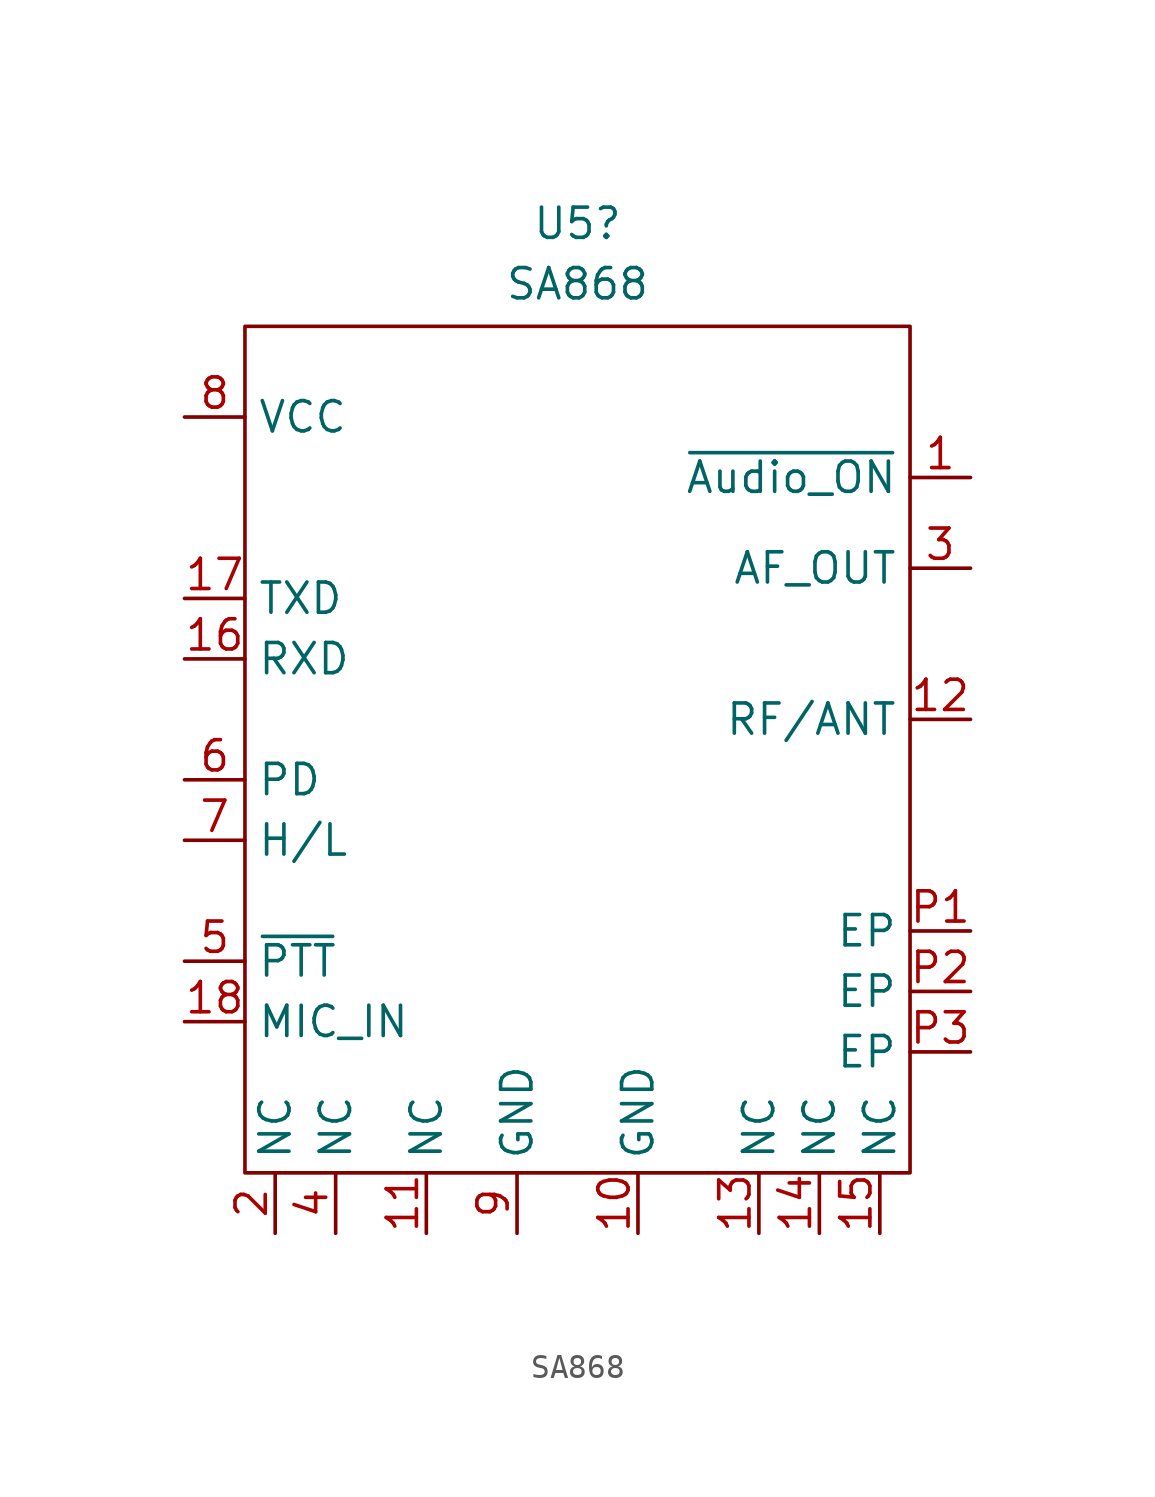
<source format=kicad_sym>
(kicad_symbol_lib
  (version 20241209)
  (generator "kicad_symbol_editor")
  (generator_version "9.0")
  (symbol "SA868"
    (property "Reference" "U5"
      (at 0 22.098 0)
      (effects (font (size 1.27 1.27))))
    (property "Value" "SA868"
      (at 0 19.558 0)
      (effects (font (size 1.27 1.27))))
    (symbol "SA868_0_0"
      (pin output line (at 16.51 11.43 180) (length 2.54) (name "~{Audio_ON}" (effects (font (size 1.27 1.27)))) (number "1" (effects (font (size 1.27 1.27)))))
      (pin output line (at 16.51 7.62 180) (length 2.54) (name "AF_OUT" (effects (font (size 1.27 1.27)))) (number "3" (effects (font (size 1.27 1.27))))))
    (symbol "SA868_0_1"
      (rectangle (start -13.97 17.78) (end 13.97 -17.78) (stroke (width 0) (type default)) (fill (type none))))
    (symbol "SA868_1_0"
      (pin power_in line (at -16.51 13.97 0) (length 2.54) (name "VCC" (effects (font (size 1.27 1.27)))) (number "8" (effects (font (size 1.27 1.27)))))
      (pin input line (at -16.51 6.35 0) (length 2.54) (name "TXD" (effects (font (size 1.27 1.27)))) (number "17" (effects (font (size 1.27 1.27)))))
      (pin input line (at -16.51 3.81 0) (length 2.54) (name "RXD" (effects (font (size 1.27 1.27)))) (number "16" (effects (font (size 1.27 1.27)))))
      (pin input line (at -16.51 -1.27 0) (length 2.54) (name "PD" (effects (font (size 1.27 1.27)))) (number "6" (effects (font (size 1.27 1.27)))))
      (pin input line (at -16.51 -3.81 0) (length 2.54) (name "H/L" (effects (font (size 1.27 1.27)))) (number "7" (effects (font (size 1.27 1.27)))))
      (pin input line (at -16.51 -8.89 0) (length 2.54) (name "~{PTT}" (effects (font (size 1.27 1.27)))) (number "5" (effects (font (size 1.27 1.27)))))
      (pin input line (at -16.51 -11.43 0) (length 2.54) (name "MIC_IN" (effects (font (size 1.27 1.27)))) (number "18" (effects (font (size 1.27 1.27)))))
      (pin unspecified line (at -12.7 -20.32 90) (length 2.54) (name "NC" (effects (font (size 1.27 1.27)))) (number "2" (effects (font (size 1.27 1.27)))))
      (pin unspecified line (at -10.16 -20.32 90) (length 2.54) (name "NC" (effects (font (size 1.27 1.27)))) (number "4" (effects (font (size 1.27 1.27)))))
      (pin unspecified line (at -6.35 -20.32 90) (length 2.54) (name "NC" (effects (font (size 1.27 1.27)))) (number "11" (effects (font (size 1.27 1.27)))))
      (pin power_out line (at -2.54 -20.32 90) (length 2.54) (name "GND" (effects (font (size 1.27 1.27)))) (number "9" (effects (font (size 1.27 1.27)))))
      (pin power_out line (at 2.54 -20.32 90) (length 2.54) (name "GND" (effects (font (size 1.27 1.27)))) (number "10" (effects (font (size 1.27 1.27)))))
      (pin unspecified line (at 7.62 -20.32 90) (length 2.54) (name "NC" (effects (font (size 1.27 1.27)))) (number "13" (effects (font (size 1.27 1.27)))))
      (pin unspecified line (at 10.16 -20.32 90) (length 2.54) (name "NC" (effects (font (size 1.27 1.27)))) (number "14" (effects (font (size 1.27 1.27)))))
      (pin unspecified line (at 12.7 -20.32 90) (length 2.54) (name "NC" (effects (font (size 1.27 1.27)))) (number "15" (effects (font (size 1.27 1.27)))))
      (pin bidirectional line (at 16.51 1.27 180) (length 2.54) (name "RF/ANT" (effects (font (size 1.27 1.27)))) (number "12" (effects (font (size 1.27 1.27)))))
      (pin unspecified line (at 16.51 -7.62 180) (length 2.54) (name "EP" (effects (font (size 1.27 1.27)))) (number "P1" (effects (font (size 1.27 1.27)))))
      (pin unspecified line (at 16.51 -10.16 180) (length 2.54) (name "EP" (effects (font (size 1.27 1.27)))) (number "P2" (effects (font (size 1.27 1.27)))))
      (pin unspecified line (at 16.51 -12.7 180) (length 2.54) (name "EP" (effects (font (size 1.27 1.27)))) (number "P3" (effects (font (size 1.27 1.27))))))))
</source>
